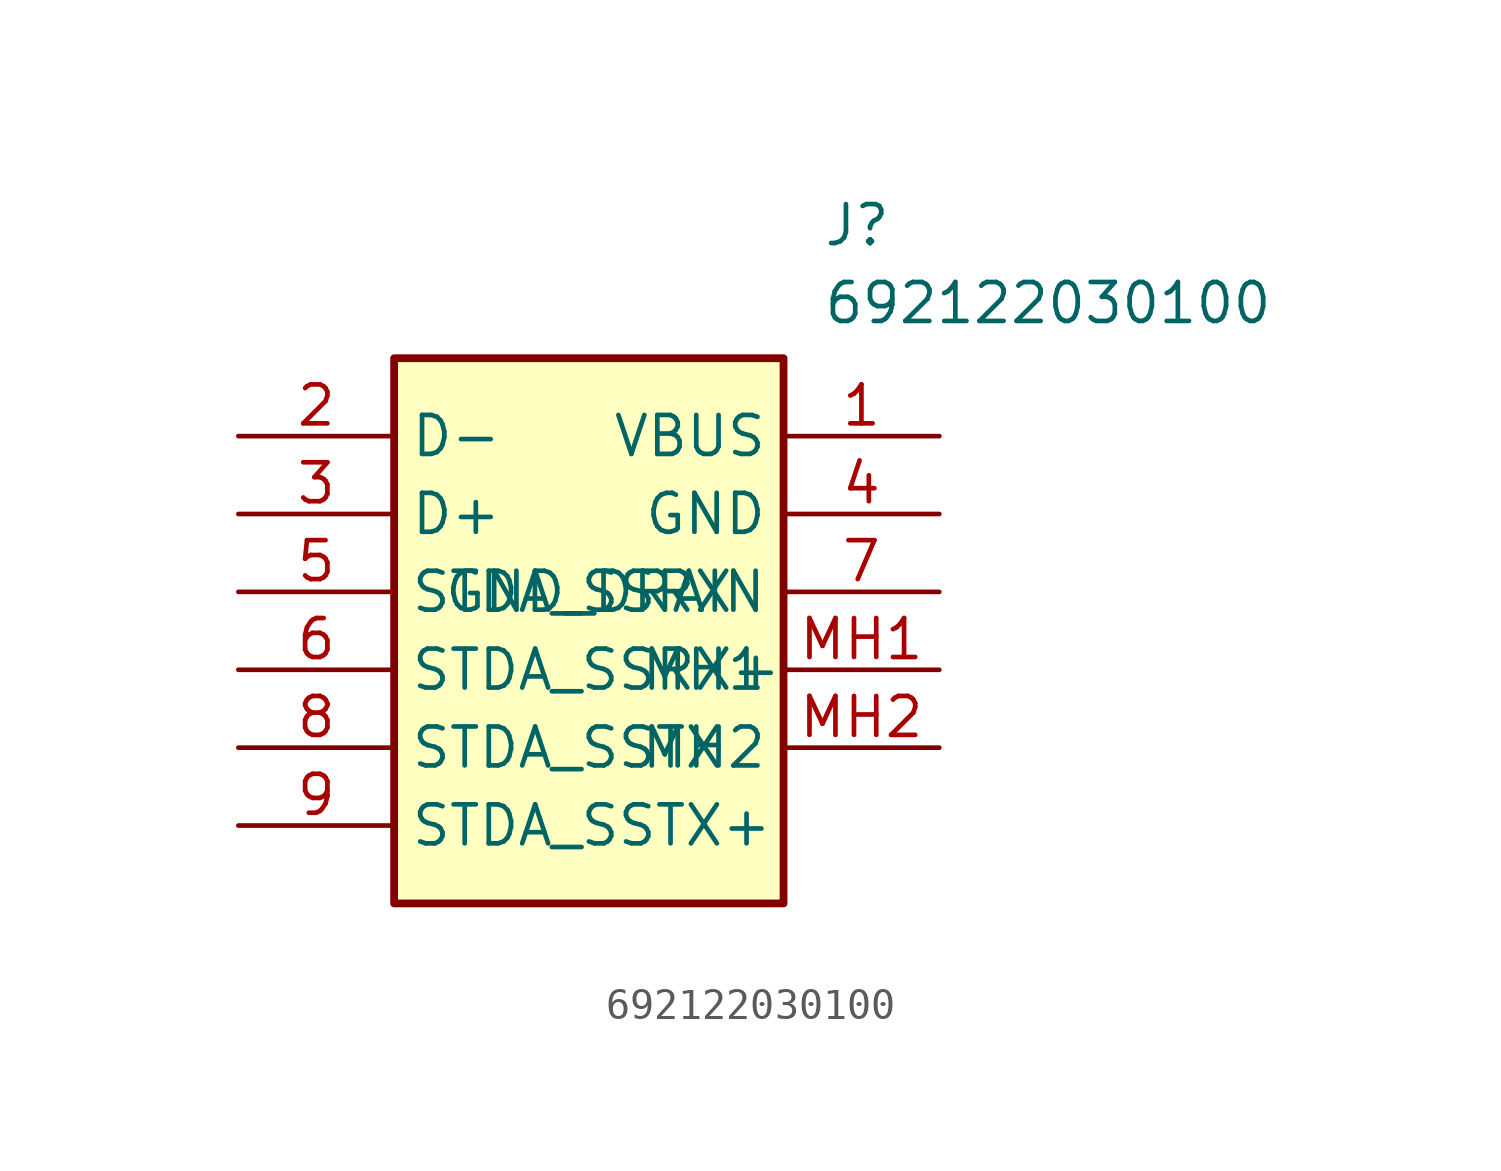
<source format=kicad_sym>
(kicad_symbol_lib
  (version 20211014)
  (generator SamacSys_ECAD_Model)
  (symbol "692122030100"
    (property "Reference" "J"
      (at 19.05 7.62 0)
      (effects (font (size 1.27 1.27)) (justify left top)))
    (property "Value" "692122030100"
      (at 19.05 5.08 0)
      (effects (font (size 1.27 1.27)) (justify left top)))
    (rectangle
      (start 5.08 2.54)
      (end 17.78 -15.24)
      (stroke (width 0.254) (type default))
      (fill (type background)))
    (pin passive line
      (at 22.86 0 180)
      (length 5.08)
      (name "VBUS" (effects (font (size 1.27 1.27))))
      (number "1" (effects (font (size 1.27 1.27)))))
    (pin passive line
      (at 0 0 0)
      (length 5.08)
      (name "D-" (effects (font (size 1.27 1.27))))
      (number "2" (effects (font (size 1.27 1.27)))))
    (pin passive line
      (at 0 -2.54 0)
      (length 5.08)
      (name "D+" (effects (font (size 1.27 1.27))))
      (number "3" (effects (font (size 1.27 1.27)))))
    (pin passive line
      (at 22.86 -2.54 180)
      (length 5.08)
      (name "GND" (effects (font (size 1.27 1.27))))
      (number "4" (effects (font (size 1.27 1.27)))))
    (pin passive line
      (at 0 -5.08 0)
      (length 5.08)
      (name "STDA_SSRX" (effects (font (size 1.27 1.27))))
      (number "5" (effects (font (size 1.27 1.27)))))
    (pin passive line
      (at 0 -7.62 0)
      (length 5.08)
      (name "STDA_SSRX+" (effects (font (size 1.27 1.27))))
      (number "6" (effects (font (size 1.27 1.27)))))
    (pin passive line
      (at 22.86 -5.08 180)
      (length 5.08)
      (name "GND_DRAIN" (effects (font (size 1.27 1.27))))
      (number "7" (effects (font (size 1.27 1.27)))))
    (pin passive line
      (at 0 -10.16 0)
      (length 5.08)
      (name "STDA_SSTX" (effects (font (size 1.27 1.27))))
      (number "8" (effects (font (size 1.27 1.27)))))
    (pin passive line
      (at 0 -12.7 0)
      (length 5.08)
      (name "STDA_SSTX+" (effects (font (size 1.27 1.27))))
      (number "9" (effects (font (size 1.27 1.27)))))
    (pin passive line
      (at 22.86 -7.62 180)
      (length 5.08)
      (name "MH1" (effects (font (size 1.27 1.27))))
      (number "MH1" (effects (font (size 1.27 1.27)))))
    (pin passive line
      (at 22.86 -10.16 180)
      (length 5.08)
      (name "MH2" (effects (font (size 1.27 1.27))))
      (number "MH2" (effects (font (size 1.27 1.27)))))))
</source>
